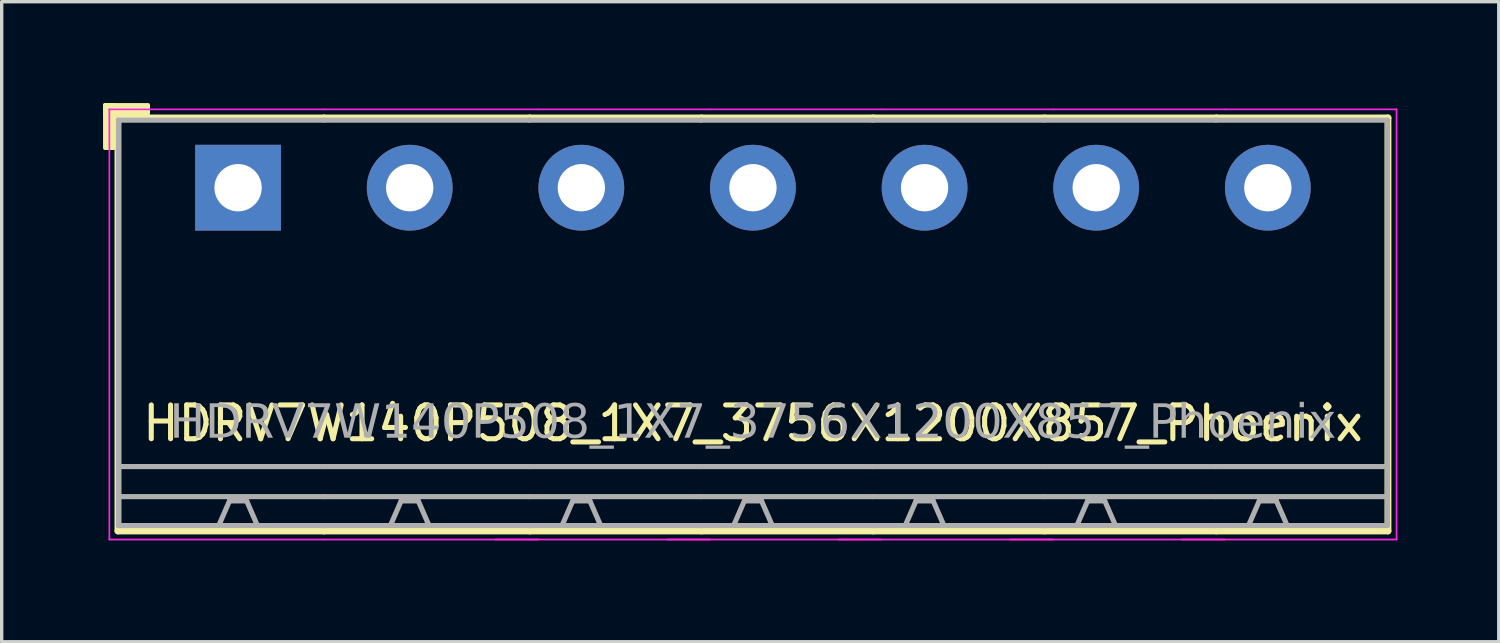
<source format=kicad_pcb>
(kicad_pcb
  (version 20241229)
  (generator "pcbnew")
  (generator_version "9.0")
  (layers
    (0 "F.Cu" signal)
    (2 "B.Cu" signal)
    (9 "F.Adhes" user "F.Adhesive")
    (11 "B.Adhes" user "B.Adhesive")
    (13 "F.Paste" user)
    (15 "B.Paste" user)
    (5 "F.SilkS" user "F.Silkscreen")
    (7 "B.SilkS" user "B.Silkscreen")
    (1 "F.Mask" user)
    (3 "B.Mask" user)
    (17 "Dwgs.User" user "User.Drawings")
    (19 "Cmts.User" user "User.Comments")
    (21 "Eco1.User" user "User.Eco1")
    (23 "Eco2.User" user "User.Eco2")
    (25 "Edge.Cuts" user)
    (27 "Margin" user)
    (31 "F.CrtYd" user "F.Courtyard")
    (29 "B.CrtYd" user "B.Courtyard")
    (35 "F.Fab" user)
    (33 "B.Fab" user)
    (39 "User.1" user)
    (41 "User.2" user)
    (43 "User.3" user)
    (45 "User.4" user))
  (footprint "HDRV7W140P508_1X7_3756X1200X857_Phoenix"
    (layer "F.Cu")
    (at 19.237 2.506)
    (property "Reference" "HDRV7W140P508_1X7_3756X1200X857_Phoenix" (at 0 6.975 0) (layer "F.SilkS") (effects (font (size 1 1) (thickness 0.15))))
    (attr through_hole)
    (fp_line (start -18.796 -2.065) (end -18.796 10.16) (stroke (width 0.203) (type solid)) (layer "F.SilkS"))
    (fp_line (start -18.796 10.16) (end -12.7 10.16) (stroke (width 0.203) (type solid)) (layer "F.SilkS"))
    (fp_line (start -12.7 -2.065) (end -18.796 -2.065) (stroke (width 0.203) (type solid)) (layer "F.SilkS"))
    (fp_line (start -12.7 -2.065) (end -6.604 -2.065) (stroke (width 0.203) (type solid)) (layer "F.SilkS"))
    (fp_line (start -6.604 -2.065) (end -1.524 -2.065) (stroke (width 0.203) (type solid)) (layer "F.SilkS"))
    (fp_line (start -6.604 10.16) (end -12.7 10.16) (stroke (width 0.203) (type solid)) (layer "F.SilkS"))
    (fp_line (start -1.524 -2.065) (end 3.556 -2.065) (stroke (width 0.203) (type solid)) (layer "F.SilkS"))
    (fp_line (start -1.524 10.16) (end -6.604 10.16) (stroke (width 0.203) (type solid)) (layer "F.SilkS"))
    (fp_line (start 3.556 -2.065) (end 8.636 -2.065) (stroke (width 0.203) (type solid)) (layer "F.SilkS"))
    (fp_line (start 3.556 10.16) (end -1.524 10.16) (stroke (width 0.203) (type solid)) (layer "F.SilkS"))
    (fp_line (start 8.636 -2.065) (end 13.716 -2.065) (stroke (width 0.203) (type solid)) (layer "F.SilkS"))
    (fp_line (start 8.636 10.16) (end 3.556 10.16) (stroke (width 0.203) (type solid)) (layer "F.SilkS"))
    (fp_line (start 13.716 -2.065) (end 18.796 -2.065) (stroke (width 0.203) (type solid)) (layer "F.SilkS"))
    (fp_line (start 13.716 10.16) (end 8.636 10.16) (stroke (width 0.203) (type solid)) (layer "F.SilkS"))
    (fp_line (start 18.796 -2.065) (end 18.796 10.16) (stroke (width 0.203) (type solid)) (layer "F.SilkS"))
    (fp_line (start 18.796 10.16) (end 13.716 10.16) (stroke (width 0.203) (type solid)) (layer "F.SilkS"))
    (fp_rect (start -19.177 -2.446) (end -18.923 -1.176) (stroke (width 0.12) (type solid)) (fill yes) (layer "F.SilkS"))
    (fp_rect (start -19.177 -2.446) (end -17.907 -2.192) (stroke (width 0.12) (type solid)) (fill yes) (layer "F.SilkS"))
    (fp_line (start -19.05 10.414) (end -19.05 -2.319) (stroke (width 0.05) (type solid)) (layer "F.CrtYd"))
    (fp_line (start -12.7 -2.319) (end -19.05 -2.319) (stroke (width 0.05) (type solid)) (layer "F.CrtYd"))
    (fp_line (start -12.7 -2.319) (end -6.35 -2.319) (stroke (width 0.05) (type solid)) (layer "F.CrtYd"))
    (fp_line (start -12.7 10.414) (end -19.05 10.414) (stroke (width 0.05) (type solid)) (layer "F.CrtYd"))
    (fp_line (start -12.7 10.414) (end -6.35 10.414) (stroke (width 0.05) (type solid)) (layer "F.CrtYd"))
    (fp_line (start -7.62 10.414) (end -1.27 10.414) (stroke (width 0.05) (type solid)) (layer "F.CrtYd"))
    (fp_line (start -6.35 -2.319) (end -1.27 -2.319) (stroke (width 0.05) (type solid)) (layer "F.CrtYd"))
    (fp_line (start -2.54 10.414) (end 3.81 10.414) (stroke (width 0.05) (type solid)) (layer "F.CrtYd"))
    (fp_line (start -1.27 -2.319) (end 3.81 -2.319) (stroke (width 0.05) (type solid)) (layer "F.CrtYd"))
    (fp_line (start 2.54 10.414) (end 8.89 10.414) (stroke (width 0.05) (type solid)) (layer "F.CrtYd"))
    (fp_line (start 3.81 -2.319) (end 8.89 -2.319) (stroke (width 0.05) (type solid)) (layer "F.CrtYd"))
    (fp_line (start 7.62 10.414) (end 13.97 10.414) (stroke (width 0.05) (type solid)) (layer "F.CrtYd"))
    (fp_line (start 8.89 -2.319) (end 13.97 -2.319) (stroke (width 0.05) (type solid)) (layer "F.CrtYd"))
    (fp_line (start 12.7 10.414) (end 19.05 10.414) (stroke (width 0.05) (type solid)) (layer "F.CrtYd"))
    (fp_line (start 13.97 -2.319) (end 19.05 -2.319) (stroke (width 0.05) (type solid)) (layer "F.CrtYd"))
    (fp_line (start 19.05 10.414) (end 19.05 -2.319) (stroke (width 0.05) (type solid)) (layer "F.CrtYd"))
    (fp_line (start -18.78 -2) (end -18.78 10) (stroke (width 0.152) (type solid)) (layer "F.Fab"))
    (fp_line (start -15.494 9.271) (end -15.812 10) (stroke (width 0.152) (type default)) (layer "F.Fab"))
    (fp_line (start -14.986 9.271) (end -15.494 9.271) (stroke (width 0.152) (type default)) (layer "F.Fab"))
    (fp_line (start -14.986 9.271) (end -14.668 10) (stroke (width 0.152) (type default)) (layer "F.Fab"))
    (fp_line (start -12.7 -2) (end -18.78 -2) (stroke (width 0.152) (type solid)) (layer "F.Fab"))
    (fp_line (start -12.7 -2) (end -6.62 -2) (stroke (width 0.152) (type solid)) (layer "F.Fab"))
    (fp_line (start -12.7 8.255) (end -18.78 8.255) (stroke (width 0.152) (type solid)) (layer "F.Fab"))
    (fp_line (start -12.7 8.255) (end -6.62 8.255) (stroke (width 0.152) (type solid)) (layer "F.Fab"))
    (fp_line (start -12.7 9.144) (end -18.78 9.144) (stroke (width 0.152) (type solid)) (layer "F.Fab"))
    (fp_line (start -12.7 9.144) (end -6.62 9.144) (stroke (width 0.152) (type solid)) (layer "F.Fab"))
    (fp_line (start -12.7 10) (end -18.78 10) (stroke (width 0.152) (type solid)) (layer "F.Fab"))
    (fp_line (start -12.7 10) (end -6.62 10) (stroke (width 0.152) (type solid)) (layer "F.Fab"))
    (fp_line (start -10.414 9.271) (end -10.732 10) (stroke (width 0.152) (type default)) (layer "F.Fab"))
    (fp_line (start -9.906 9.271) (end -10.414 9.271) (stroke (width 0.152) (type default)) (layer "F.Fab"))
    (fp_line (start -9.906 9.271) (end -9.588 10) (stroke (width 0.152) (type default)) (layer "F.Fab"))
    (fp_line (start -6.62 -2) (end -1.54 -2) (stroke (width 0.152) (type solid)) (layer "F.Fab"))
    (fp_line (start -6.62 8.255) (end -1.54 8.255) (stroke (width 0.152) (type solid)) (layer "F.Fab"))
    (fp_line (start -6.62 9.144) (end -1.54 9.144) (stroke (width 0.152) (type solid)) (layer "F.Fab"))
    (fp_line (start -6.62 10) (end -1.54 10) (stroke (width 0.152) (type solid)) (layer "F.Fab"))
    (fp_line (start -5.334 9.271) (end -5.652 10) (stroke (width 0.152) (type default)) (layer "F.Fab"))
    (fp_line (start -4.826 9.271) (end -5.334 9.271) (stroke (width 0.152) (type default)) (layer "F.Fab"))
    (fp_line (start -4.826 9.271) (end -4.508 10) (stroke (width 0.152) (type default)) (layer "F.Fab"))
    (fp_line (start -1.54 -2) (end 3.54 -2) (stroke (width 0.152) (type solid)) (layer "F.Fab"))
    (fp_line (start -1.54 8.255) (end 3.54 8.255) (stroke (width 0.152) (type solid)) (layer "F.Fab"))
    (fp_line (start -1.54 9.144) (end 3.54 9.144) (stroke (width 0.152) (type solid)) (layer "F.Fab"))
    (fp_line (start -1.54 10) (end 3.54 10) (stroke (width 0.152) (type solid)) (layer "F.Fab"))
    (fp_line (start -0.254 9.271) (end -0.572 10) (stroke (width 0.152) (type default)) (layer "F.Fab"))
    (fp_line (start 0.254 9.271) (end -0.254 9.271) (stroke (width 0.152) (type default)) (layer "F.Fab"))
    (fp_line (start 0.254 9.271) (end 0.572 10) (stroke (width 0.152) (type default)) (layer "F.Fab"))
    (fp_line (start 3.54 -2) (end 8.62 -2) (stroke (width 0.152) (type solid)) (layer "F.Fab"))
    (fp_line (start 3.54 8.255) (end 8.62 8.255) (stroke (width 0.152) (type solid)) (layer "F.Fab"))
    (fp_line (start 3.54 9.144) (end 8.62 9.144) (stroke (width 0.152) (type solid)) (layer "F.Fab"))
    (fp_line (start 3.54 10) (end 8.62 10) (stroke (width 0.152) (type solid)) (layer "F.Fab"))
    (fp_line (start 4.826 9.271) (end 4.508 10) (stroke (width 0.152) (type default)) (layer "F.Fab"))
    (fp_line (start 5.334 9.271) (end 4.826 9.271) (stroke (width 0.152) (type default)) (layer "F.Fab"))
    (fp_line (start 5.334 9.271) (end 5.652 10) (stroke (width 0.152) (type default)) (layer "F.Fab"))
    (fp_line (start 8.62 -2) (end 13.7 -2) (stroke (width 0.152) (type solid)) (layer "F.Fab"))
    (fp_line (start 8.62 8.255) (end 13.7 8.255) (stroke (width 0.152) (type solid)) (layer "F.Fab"))
    (fp_line (start 8.62 9.144) (end 13.7 9.144) (stroke (width 0.152) (type solid)) (layer "F.Fab"))
    (fp_line (start 8.62 10) (end 13.7 10) (stroke (width 0.152) (type solid)) (layer "F.Fab"))
    (fp_line (start 9.906 9.271) (end 9.588 10) (stroke (width 0.152) (type default)) (layer "F.Fab"))
    (fp_line (start 10.414 9.271) (end 9.906 9.271) (stroke (width 0.152) (type default)) (layer "F.Fab"))
    (fp_line (start 10.414 9.271) (end 10.732 10) (stroke (width 0.152) (type default)) (layer "F.Fab"))
    (fp_line (start 13.7 -2) (end 18.78 -2) (stroke (width 0.152) (type solid)) (layer "F.Fab"))
    (fp_line (start 13.7 8.255) (end 18.78 8.255) (stroke (width 0.152) (type solid)) (layer "F.Fab"))
    (fp_line (start 13.7 9.144) (end 18.78 9.144) (stroke (width 0.152) (type solid)) (layer "F.Fab"))
    (fp_line (start 13.7 10) (end 18.78 10) (stroke (width 0.152) (type solid)) (layer "F.Fab"))
    (fp_line (start 14.986 9.271) (end 14.668 10) (stroke (width 0.152) (type default)) (layer "F.Fab"))
    (fp_line (start 15.494 9.271) (end 14.986 9.271) (stroke (width 0.152) (type default)) (layer "F.Fab"))
    (fp_line (start 15.494 9.271) (end 15.812 10) (stroke (width 0.152) (type default)) (layer "F.Fab"))
    (fp_line (start 18.78 -2) (end 18.78 10) (stroke (width 0.152) (type solid)) (layer "F.Fab"))
    (fp_rect (start -15.494 -0.254) (end -14.986 0.254) (stroke (width 0.152) (type solid)) (fill no) (layer "F.Fab"))
    (fp_rect (start -9.906 -0.254) (end -10.414 0.254) (stroke (width 0.152) (type solid)) (fill no) (layer "F.Fab"))
    (fp_rect (start -4.826 -0.254) (end -5.334 0.254) (stroke (width 0.152) (type solid)) (fill no) (layer "F.Fab"))
    (fp_rect (start 0.254 -0.254) (end -0.254 0.254) (stroke (width 0.152) (type solid)) (fill no) (layer "F.Fab"))
    (fp_rect (start 5.334 -0.254) (end 4.826 0.254) (stroke (width 0.152) (type solid)) (fill no) (layer "F.Fab"))
    (fp_rect (start 10.414 -0.254) (end 9.906 0.254) (stroke (width 0.152) (type solid)) (fill no) (layer "F.Fab"))
    (fp_rect (start 15.494 -0.254) (end 14.986 0.254) (stroke (width 0.152) (type solid)) (fill no) (layer "F.Fab"))
    (fp_text user "${REFERENCE}" (at 0 6.985 0) (layer "F.Fab") (effects (font (face "Tahoma") (size 1 1) (thickness 0.15))))
    (pad "1" thru_hole rect (at -15.24 0) (size 2.54 2.54) (drill 1.4) (layers "*.Cu" "*.Mask"))
    (pad "2" thru_hole circle (at -10.16 0) (size 2.54 2.54) (drill 1.4) (layers "*.Cu" "*.Mask"))
    (pad "3" thru_hole circle (at -5.08 0) (size 2.54 2.54) (drill 1.4) (layers "*.Cu" "*.Mask"))
    (pad "4" thru_hole circle (at 0 0) (size 2.54 2.54) (drill 1.4) (layers "*.Cu" "*.Mask"))
    (pad "5" thru_hole circle (at 5.08 0) (size 2.54 2.54) (drill 1.4) (layers "*.Cu" "*.Mask"))
    (pad "6" thru_hole circle (at 10.16 0) (size 2.54 2.54) (drill 1.4) (layers "*.Cu" "*.Mask"))
    (pad "7" thru_hole circle (at 15.24 0) (size 2.54 2.54) (drill 1.4) (layers "*.Cu" "*.Mask")))
  (gr_rect
    (start -3 -3)
    (end 41.312 15.945)
    (stroke (width 0.1) (type default))
    (fill no)
    (layer "Edge.Cuts")))
</source>
